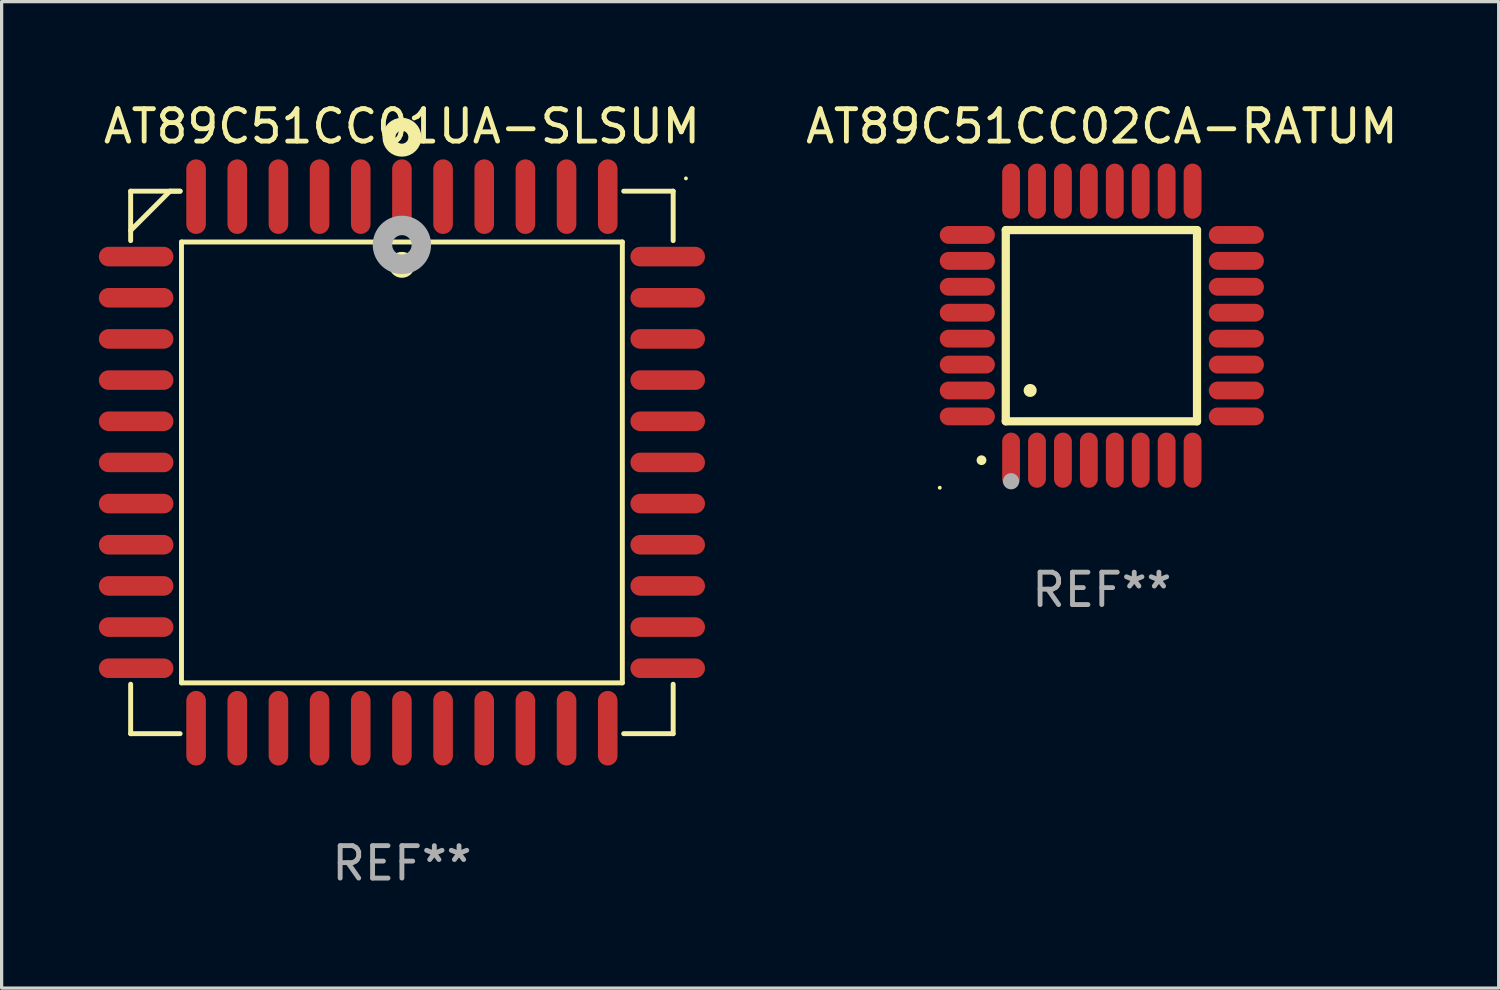
<source format=kicad_pcb>
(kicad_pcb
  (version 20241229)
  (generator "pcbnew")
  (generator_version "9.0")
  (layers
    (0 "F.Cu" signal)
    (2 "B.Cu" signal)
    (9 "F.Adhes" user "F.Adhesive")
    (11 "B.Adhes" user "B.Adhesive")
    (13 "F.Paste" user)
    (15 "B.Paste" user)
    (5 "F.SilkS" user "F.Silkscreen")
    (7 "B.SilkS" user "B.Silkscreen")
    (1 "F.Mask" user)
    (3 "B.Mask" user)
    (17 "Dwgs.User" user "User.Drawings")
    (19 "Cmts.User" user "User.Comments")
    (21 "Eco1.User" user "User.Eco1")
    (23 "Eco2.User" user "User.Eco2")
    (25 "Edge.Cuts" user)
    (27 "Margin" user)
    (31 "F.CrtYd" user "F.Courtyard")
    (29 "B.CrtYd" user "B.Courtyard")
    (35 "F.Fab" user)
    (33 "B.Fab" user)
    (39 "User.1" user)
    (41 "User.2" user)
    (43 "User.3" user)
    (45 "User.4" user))
  (footprint "AT89C51CC01UA-SLSUM"
    (layer "F.Cu")
    (at 9.35 11.217)
    (property "Reference" "AT89C51CC01UA-SLSUM" (at 0 -10.369 0) (layer "F.SilkS") (effects (font (size 1 1) (thickness 0.15))))
    (attr through_hole)
    (fp_line (start -8.369 -8.369) (end -8.369 -6.843) (stroke (width 0.152) (type solid)) (layer "F.SilkS"))
    (fp_line (start -8.369 8.369) (end -8.369 6.843) (stroke (width 0.152) (type solid)) (layer "F.SilkS"))
    (fp_line (start -7.156 -8.369) (end -8.369 -7.156) (stroke (width 0.152) (type solid)) (layer "F.SilkS"))
    (fp_line (start -6.843 -8.369) (end -8.369 -8.369) (stroke (width 0.152) (type solid)) (layer "F.SilkS"))
    (fp_line (start -6.843 -8.369) (end -7.156 -8.369) (stroke (width 0.152) (type solid)) (layer "F.SilkS"))
    (fp_line (start -6.843 8.369) (end -8.369 8.369) (stroke (width 0.152) (type solid)) (layer "F.SilkS"))
    (fp_line (start -6.801 -6.801) (end 6.801 -6.801) (stroke (width 0.152) (type solid)) (layer "F.SilkS"))
    (fp_line (start -6.801 6.801) (end -6.801 -6.801) (stroke (width 0.152) (type solid)) (layer "F.SilkS"))
    (fp_line (start 6.801 -6.801) (end 6.801 6.801) (stroke (width 0.152) (type solid)) (layer "F.SilkS"))
    (fp_line (start 6.801 6.801) (end -6.801 6.801) (stroke (width 0.152) (type solid)) (layer "F.SilkS"))
    (fp_line (start 6.843 -8.369) (end 8.369 -8.369) (stroke (width 0.152) (type solid)) (layer "F.SilkS"))
    (fp_line (start 6.843 8.369) (end 8.369 8.369) (stroke (width 0.152) (type solid)) (layer "F.SilkS"))
    (fp_line (start 8.369 -8.369) (end 8.369 -6.843) (stroke (width 0.152) (type solid)) (layer "F.SilkS"))
    (fp_line (start 8.369 8.369) (end 8.369 6.843) (stroke (width 0.152) (type solid)) (layer "F.SilkS"))
    (fp_circle (center -0.000013 -6.096) (end 0.2 -6.096) (stroke (width 0.4) (type solid)) (fill no) (layer "F.SilkS"))
    (fp_circle (center 0.000114 -10.033) (end 0.2 -10.033) (stroke (width 0.4) (type solid)) (fill no) (layer "F.SilkS"))
    (fp_circle (center 8.763 -8.763) (end 8.793 -8.763) (stroke (width 0.06) (type solid)) (fill no) (layer "F.SilkS"))
    (fp_circle (center 0.000114 -6.712) (end 0.3 -6.712) (stroke (width 0.6) (type solid)) (fill no) (layer "F.Fab"))
    (fp_text user "REF**" (at 0 12.369 0) (layer "F.Fab") (effects (font (size 1 1) (thickness 0.15))))
    (pad "1" smd oval (at 0.000114 -8.2) (size 0.604 2.3) (layers "F.Cu" "F.Mask" "F.Paste"))
    (pad "2" smd oval (at -1.27 -8.2) (size 0.604 2.3) (layers "F.Cu" "F.Mask" "F.Paste"))
    (pad "3" smd oval (at -2.54 -8.2) (size 0.604 2.3) (layers "F.Cu" "F.Mask" "F.Paste"))
    (pad "4" smd oval (at -3.81 -8.2) (size 0.604 2.3) (layers "F.Cu" "F.Mask" "F.Paste"))
    (pad "5" smd oval (at -5.08 -8.2) (size 0.604 2.3) (layers "F.Cu" "F.Mask" "F.Paste"))
    (pad "6" smd oval (at -6.35 -8.2) (size 0.604 2.3) (layers "F.Cu" "F.Mask" "F.Paste"))
    (pad "7" smd oval (at -8.2 -6.35) (size 2.3 0.604) (layers "F.Cu" "F.Mask" "F.Paste"))
    (pad "8" smd oval (at -8.2 -5.08) (size 2.3 0.604) (layers "F.Cu" "F.Mask" "F.Paste"))
    (pad "9" smd oval (at -8.2 -3.81) (size 2.3 0.604) (layers "F.Cu" "F.Mask" "F.Paste"))
    (pad "10" smd oval (at -8.2 -2.54) (size 2.3 0.604) (layers "F.Cu" "F.Mask" "F.Paste"))
    (pad "11" smd oval (at -8.2 -1.27) (size 2.3 0.604) (layers "F.Cu" "F.Mask" "F.Paste"))
    (pad "12" smd oval (at -8.2 0.000127) (size 2.3 0.604) (layers "F.Cu" "F.Mask" "F.Paste"))
    (pad "13" smd oval (at -8.2 1.27) (size 2.3 0.604) (layers "F.Cu" "F.Mask" "F.Paste"))
    (pad "14" smd oval (at -8.2 2.54) (size 2.3 0.604) (layers "F.Cu" "F.Mask" "F.Paste"))
    (pad "15" smd oval (at -8.2 3.81) (size 2.3 0.604) (layers "F.Cu" "F.Mask" "F.Paste"))
    (pad "16" smd oval (at -8.2 5.08) (size 2.3 0.604) (layers "F.Cu" "F.Mask" "F.Paste"))
    (pad "17" smd oval (at -8.2 6.35) (size 2.3 0.604) (layers "F.Cu" "F.Mask" "F.Paste"))
    (pad "18" smd oval (at -6.35 8.2) (size 0.604 2.3) (layers "F.Cu" "F.Mask" "F.Paste"))
    (pad "19" smd oval (at -5.08 8.2) (size 0.604 2.3) (layers "F.Cu" "F.Mask" "F.Paste"))
    (pad "20" smd oval (at -3.81 8.2) (size 0.604 2.3) (layers "F.Cu" "F.Mask" "F.Paste"))
    (pad "21" smd oval (at -2.54 8.2) (size 0.604 2.3) (layers "F.Cu" "F.Mask" "F.Paste"))
    (pad "22" smd oval (at -1.27 8.2) (size 0.604 2.3) (layers "F.Cu" "F.Mask" "F.Paste"))
    (pad "23" smd oval (at 0.000114 8.2) (size 0.604 2.3) (layers "F.Cu" "F.Mask" "F.Paste"))
    (pad "24" smd oval (at 1.27 8.2) (size 0.604 2.3) (layers "F.Cu" "F.Mask" "F.Paste"))
    (pad "25" smd oval (at 2.54 8.2) (size 0.604 2.3) (layers "F.Cu" "F.Mask" "F.Paste"))
    (pad "26" smd oval (at 3.81 8.2) (size 0.604 2.3) (layers "F.Cu" "F.Mask" "F.Paste"))
    (pad "27" smd oval (at 5.08 8.2) (size 0.604 2.3) (layers "F.Cu" "F.Mask" "F.Paste"))
    (pad "28" smd oval (at 6.35 8.2) (size 0.604 2.3) (layers "F.Cu" "F.Mask" "F.Paste"))
    (pad "29" smd oval (at 8.2 6.35) (size 2.3 0.604) (layers "F.Cu" "F.Mask" "F.Paste"))
    (pad "30" smd oval (at 8.2 5.08) (size 2.3 0.604) (layers "F.Cu" "F.Mask" "F.Paste"))
    (pad "31" smd oval (at 8.2 3.81) (size 2.3 0.604) (layers "F.Cu" "F.Mask" "F.Paste"))
    (pad "32" smd oval (at 8.2 2.54) (size 2.3 0.604) (layers "F.Cu" "F.Mask" "F.Paste"))
    (pad "33" smd oval (at 8.2 1.27) (size 2.3 0.604) (layers "F.Cu" "F.Mask" "F.Paste"))
    (pad "34" smd oval (at 8.2 0.000127) (size 2.3 0.604) (layers "F.Cu" "F.Mask" "F.Paste"))
    (pad "35" smd oval (at 8.2 -1.27) (size 2.3 0.604) (layers "F.Cu" "F.Mask" "F.Paste"))
    (pad "36" smd oval (at 8.2 -2.54) (size 2.3 0.604) (layers "F.Cu" "F.Mask" "F.Paste"))
    (pad "37" smd oval (at 8.2 -3.81) (size 2.3 0.604) (layers "F.Cu" "F.Mask" "F.Paste"))
    (pad "38" smd oval (at 8.2 -5.08) (size 2.3 0.604) (layers "F.Cu" "F.Mask" "F.Paste"))
    (pad "39" smd oval (at 8.2 -6.35) (size 2.3 0.604) (layers "F.Cu" "F.Mask" "F.Paste"))
    (pad "40" smd oval (at 6.35 -8.2) (size 0.604 2.3) (layers "F.Cu" "F.Mask" "F.Paste"))
    (pad "41" smd oval (at 5.08 -8.2) (size 0.604 2.3) (layers "F.Cu" "F.Mask" "F.Paste"))
    (pad "42" smd oval (at 3.81 -8.2) (size 0.604 2.3) (layers "F.Cu" "F.Mask" "F.Paste"))
    (pad "43" smd oval (at 2.54 -8.2) (size 0.604 2.3) (layers "F.Cu" "F.Mask" "F.Paste"))
    (pad "44" smd oval (at 1.27 -8.2) (size 0.604 2.3) (layers "F.Cu" "F.Mask" "F.Paste")))
  (footprint "AT89C51CC02CA-RATUM"
    (layer "F.Cu")
    (at 30.944 6.998)
    (property "Reference" "AT89C51CC02CA-RATUM" (at 0 -6.15 0) (layer "F.SilkS") (effects (font (size 1 1) (thickness 0.15))))
    (attr through_hole)
    (fp_line (start -2.963 -2.95) (end -2.963 2.95) (stroke (width 0.254) (type solid)) (layer "F.SilkS"))
    (fp_line (start -2.963 2.95) (end 2.937 2.95) (stroke (width 0.254) (type solid)) (layer "F.SilkS"))
    (fp_line (start 2.937 -2.95) (end -2.963 -2.95) (stroke (width 0.254) (type solid)) (layer "F.SilkS"))
    (fp_line (start 2.937 2.95) (end 2.937 -2.95) (stroke (width 0.254) (type solid)) (layer "F.SilkS"))
    (fp_arc (start -3.713487 4.150368) (mid -3.712217 4.150363) (end -3.710947 4.150368) (stroke (width 0.3) (type solid)) (layer "F.SilkS"))
    (fp_arc (start -2.212344 1.998984) (mid -2.211074 1.99898) (end -2.209804 1.998984) (stroke (width 0.4) (type solid)) (layer "F.SilkS"))
    (fp_circle (center -5 5) (end -4.97 5) (stroke (width 0.06) (type solid)) (fill no) (layer "F.SilkS"))
    (fp_circle (center -2.8 4.8) (end -2.675 4.8) (stroke (width 0.25) (type solid)) (fill no) (layer "F.Fab"))
    (fp_text user "REF**" (at 0 8.15 0) (layer "F.Fab") (effects (font (size 1 1) (thickness 0.15))))
    (pad "1" smd oval (at -2.8 4.15 180) (size 0.55 1.7) (layers "F.Cu" "F.Mask" "F.Paste"))
    (pad "2" smd oval (at -2 4.15 180) (size 0.55 1.7) (layers "F.Cu" "F.Mask" "F.Paste"))
    (pad "3" smd oval (at -1.2 4.15 180) (size 0.55 1.7) (layers "F.Cu" "F.Mask" "F.Paste"))
    (pad "4" smd oval (at -0.4 4.15 180) (size 0.55 1.7) (layers "F.Cu" "F.Mask" "F.Paste"))
    (pad "5" smd oval (at 0.4 4.15 180) (size 0.55 1.7) (layers "F.Cu" "F.Mask" "F.Paste"))
    (pad "6" smd oval (at 1.2 4.15 180) (size 0.55 1.7) (layers "F.Cu" "F.Mask" "F.Paste"))
    (pad "7" smd oval (at 2 4.15 180) (size 0.55 1.7) (layers "F.Cu" "F.Mask" "F.Paste"))
    (pad "8" smd oval (at 2.8 4.15 180) (size 0.55 1.7) (layers "F.Cu" "F.Mask" "F.Paste"))
    (pad "9" smd oval (at 4.15 2.8 90) (size 0.55 1.7) (layers "F.Cu" "F.Mask" "F.Paste"))
    (pad "10" smd oval (at 4.15 2 90) (size 0.55 1.7) (layers "F.Cu" "F.Mask" "F.Paste"))
    (pad "11" smd oval (at 4.15 1.2 90) (size 0.55 1.7) (layers "F.Cu" "F.Mask" "F.Paste"))
    (pad "12" smd oval (at 4.15 0.4 90) (size 0.55 1.7) (layers "F.Cu" "F.Mask" "F.Paste"))
    (pad "13" smd oval (at 4.15 -0.4 90) (size 0.55 1.7) (layers "F.Cu" "F.Mask" "F.Paste"))
    (pad "14" smd oval (at 4.15 -1.2 90) (size 0.55 1.7) (layers "F.Cu" "F.Mask" "F.Paste"))
    (pad "15" smd oval (at 4.15 -2 90) (size 0.55 1.7) (layers "F.Cu" "F.Mask" "F.Paste"))
    (pad "16" smd oval (at 4.15 -2.8 90) (size 0.55 1.7) (layers "F.Cu" "F.Mask" "F.Paste"))
    (pad "17" smd oval (at 2.8 -4.15 180) (size 0.55 1.7) (layers "F.Cu" "F.Mask" "F.Paste"))
    (pad "18" smd oval (at 2 -4.15 180) (size 0.55 1.7) (layers "F.Cu" "F.Mask" "F.Paste"))
    (pad "19" smd oval (at 1.2 -4.15 180) (size 0.55 1.7) (layers "F.Cu" "F.Mask" "F.Paste"))
    (pad "20" smd oval (at 0.4 -4.15 180) (size 0.55 1.7) (layers "F.Cu" "F.Mask" "F.Paste"))
    (pad "21" smd oval (at -0.4 -4.15 180) (size 0.55 1.7) (layers "F.Cu" "F.Mask" "F.Paste"))
    (pad "22" smd oval (at -1.2 -4.15 180) (size 0.55 1.7) (layers "F.Cu" "F.Mask" "F.Paste"))
    (pad "23" smd oval (at -2 -4.15 180) (size 0.55 1.7) (layers "F.Cu" "F.Mask" "F.Paste"))
    (pad "24" smd oval (at -2.8 -4.15 180) (size 0.55 1.7) (layers "F.Cu" "F.Mask" "F.Paste"))
    (pad "25" smd oval (at -4.15 -2.8 90) (size 0.55 1.7) (layers "F.Cu" "F.Mask" "F.Paste"))
    (pad "26" smd oval (at -4.15 -2 90) (size 0.55 1.7) (layers "F.Cu" "F.Mask" "F.Paste"))
    (pad "27" smd oval (at -4.15 -1.2 90) (size 0.55 1.7) (layers "F.Cu" "F.Mask" "F.Paste"))
    (pad "28" smd oval (at -4.15 -0.4 90) (size 0.55 1.7) (layers "F.Cu" "F.Mask" "F.Paste"))
    (pad "29" smd oval (at -4.15 0.4 90) (size 0.55 1.7) (layers "F.Cu" "F.Mask" "F.Paste"))
    (pad "30" smd oval (at -4.15 1.2 90) (size 0.55 1.7) (layers "F.Cu" "F.Mask" "F.Paste"))
    (pad "31" smd oval (at -4.15 2 90) (size 0.55 1.7) (layers "F.Cu" "F.Mask" "F.Paste"))
    (pad "32" smd oval (at -4.15 2.8 90) (size 0.55 1.7) (layers "F.Cu" "F.Mask" "F.Paste")))
  (gr_rect
    (start -3 -3)
    (end 43.188 27.435)
    (stroke (width 0.1) (type default))
    (fill no)
    (layer "Edge.Cuts")))
</source>
